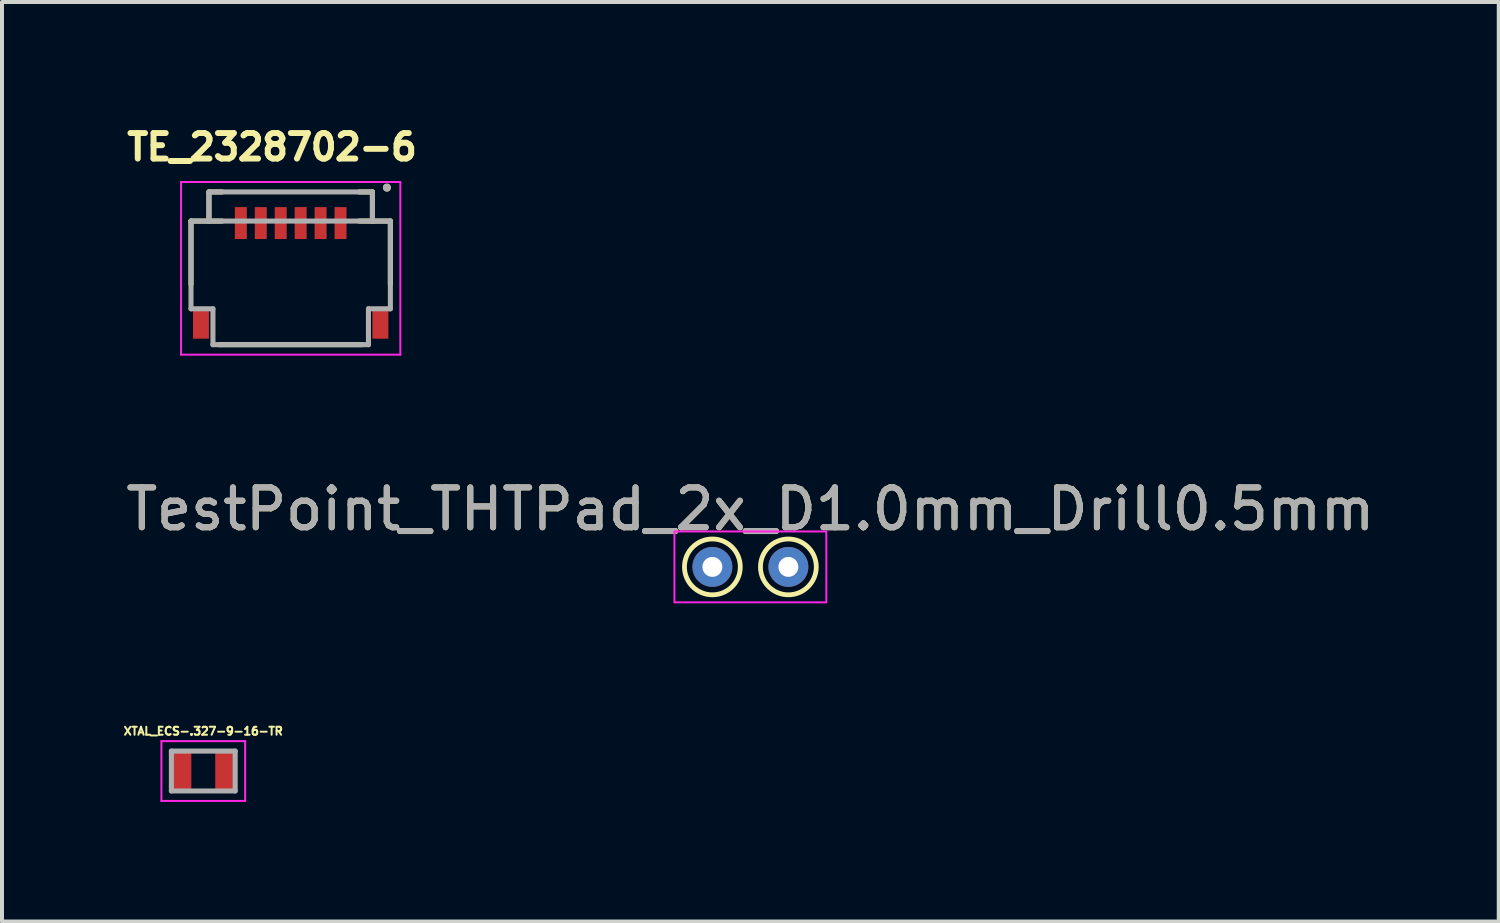
<source format=kicad_pcb>
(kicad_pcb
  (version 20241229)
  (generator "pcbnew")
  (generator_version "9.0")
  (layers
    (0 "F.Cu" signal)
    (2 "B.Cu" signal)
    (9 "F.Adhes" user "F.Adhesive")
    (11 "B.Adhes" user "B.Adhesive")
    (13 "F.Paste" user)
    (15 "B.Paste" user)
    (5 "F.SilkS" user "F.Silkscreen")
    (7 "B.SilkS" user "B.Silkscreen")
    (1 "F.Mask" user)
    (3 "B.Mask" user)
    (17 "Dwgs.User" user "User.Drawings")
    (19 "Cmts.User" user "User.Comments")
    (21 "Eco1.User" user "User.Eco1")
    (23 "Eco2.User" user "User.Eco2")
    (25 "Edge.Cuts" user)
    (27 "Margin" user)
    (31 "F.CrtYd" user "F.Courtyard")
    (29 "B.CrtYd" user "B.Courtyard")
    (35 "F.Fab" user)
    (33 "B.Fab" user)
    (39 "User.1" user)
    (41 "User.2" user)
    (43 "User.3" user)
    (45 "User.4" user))
  (footprint "XTAL_ECS-.327-9-16-TR"
    (layer "F.Cu")
    (at 2.048 16.286)
    (property "Reference" "XTAL_ECS-.327-9-16-TR" (at 0 -1 0) (layer "F.SilkS") (effects (font (size 0.2 0.2) (thickness 0.05))))
    (attr through_hole)
    (fp_line (start -1.05 -0.75) (end -1.05 0.75) (stroke (width 0.05) (type solid)) (layer "F.CrtYd"))
    (fp_line (start -1.05 0.75) (end 1.05 0.75) (stroke (width 0.05) (type solid)) (layer "F.CrtYd"))
    (fp_line (start 1.05 -0.75) (end -1.05 -0.75) (stroke (width 0.05) (type solid)) (layer "F.CrtYd"))
    (fp_line (start 1.05 0.75) (end 1.05 -0.75) (stroke (width 0.05) (type solid)) (layer "F.CrtYd"))
    (fp_line (start -0.8 -0.5) (end -0.8 0.5) (stroke (width 0.127) (type solid)) (layer "F.Fab"))
    (fp_line (start -0.8 0.5) (end 0.8 0.5) (stroke (width 0.127) (type solid)) (layer "F.Fab"))
    (fp_line (start 0.8 -0.5) (end -0.8 -0.5) (stroke (width 0.127) (type solid)) (layer "F.Fab"))
    (fp_line (start 0.8 0.5) (end 0.8 -0.5) (stroke (width 0.127) (type solid)) (layer "F.Fab"))
    (pad "1" smd rect (at -0.55 0) (size 0.5 1) (layers "F.Cu" "F.Mask" "F.Paste"))
    (pad "2" smd rect (at 0.55 0) (size 0.5 1) (layers "F.Cu" "F.Mask" "F.Paste")))
  (footprint "TE_2328702-6"
    (layer "F.Cu")
    (at 4.24 2.544)
    (property "Reference" "TE_2328702-6" (at -0.468 -1.906 0) (layer "F.SilkS") (effects (font (size 0.64 0.64) (thickness 0.15))))
    (attr through_hole)
    (fp_line (start -2.5 -0.05) (end -2.5 1.53) (stroke (width 0.127) (type solid)) (layer "F.SilkS"))
    (fp_line (start -2.05 -0.78) (end -1.72 -0.78) (stroke (width 0.127) (type solid)) (layer "F.SilkS"))
    (fp_line (start -2.05 -0.05) (end -2.5 -0.05) (stroke (width 0.127) (type solid)) (layer "F.SilkS"))
    (fp_line (start -2.05 -0.05) (end -2.05 -0.78) (stroke (width 0.127) (type solid)) (layer "F.SilkS"))
    (fp_line (start -1.8 3.05) (end 1.8 3.05) (stroke (width 0.127) (type solid)) (layer "F.SilkS"))
    (fp_line (start -1.72 -0.05) (end -2.05 -0.05) (stroke (width 0.127) (type solid)) (layer "F.SilkS"))
    (fp_line (start 1.72 -0.05) (end 2.05 -0.05) (stroke (width 0.127) (type solid)) (layer "F.SilkS"))
    (fp_line (start 2.05 -0.78) (end 1.72 -0.78) (stroke (width 0.127) (type solid)) (layer "F.SilkS"))
    (fp_line (start 2.05 -0.05) (end 2.05 -0.78) (stroke (width 0.127) (type solid)) (layer "F.SilkS"))
    (fp_line (start 2.05 -0.05) (end 2.5 -0.05) (stroke (width 0.127) (type solid)) (layer "F.SilkS"))
    (fp_line (start 2.5 -0.05) (end 2.5 1.53) (stroke (width 0.127) (type solid)) (layer "F.SilkS"))
    (fp_circle (center 2.413 -0.889) (end 2.463 -0.889) (stroke (width 0.1) (type solid)) (fill no) (layer "F.SilkS"))
    (fp_line (start -2.75 -1.03) (end 2.75 -1.03) (stroke (width 0.05) (type solid)) (layer "F.CrtYd"))
    (fp_line (start -2.75 3.3) (end -2.75 -1.03) (stroke (width 0.05) (type solid)) (layer "F.CrtYd"))
    (fp_line (start 2.75 -1.03) (end 2.75 3.3) (stroke (width 0.05) (type solid)) (layer "F.CrtYd"))
    (fp_line (start 2.75 3.3) (end -2.75 3.3) (stroke (width 0.05) (type solid)) (layer "F.CrtYd"))
    (fp_line (start -2.5 -0.05) (end -2.05 -0.05) (stroke (width 0.127) (type solid)) (layer "F.Fab"))
    (fp_line (start -2.5 2.15) (end -2.5 -0.05) (stroke (width 0.127) (type solid)) (layer "F.Fab"))
    (fp_line (start -2.05 -0.78) (end 2.05 -0.78) (stroke (width 0.127) (type solid)) (layer "F.Fab"))
    (fp_line (start -2.05 -0.05) (end -2.05 -0.78) (stroke (width 0.127) (type solid)) (layer "F.Fab"))
    (fp_line (start -2.05 -0.05) (end 2.05 -0.05) (stroke (width 0.127) (type solid)) (layer "F.Fab"))
    (fp_line (start -1.95 2.15) (end -2.5 2.15) (stroke (width 0.127) (type solid)) (layer "F.Fab"))
    (fp_line (start -1.95 3.05) (end -1.95 2.15) (stroke (width 0.127) (type solid)) (layer "F.Fab"))
    (fp_line (start 1.95 2.15) (end 1.95 3.05) (stroke (width 0.127) (type solid)) (layer "F.Fab"))
    (fp_line (start 1.95 3.05) (end -1.95 3.05) (stroke (width 0.127) (type solid)) (layer "F.Fab"))
    (fp_line (start 2.05 -0.78) (end 2.05 -0.05) (stroke (width 0.127) (type solid)) (layer "F.Fab"))
    (fp_line (start 2.05 -0.05) (end 2.5 -0.05) (stroke (width 0.127) (type solid)) (layer "F.Fab"))
    (fp_line (start 2.5 -0.05) (end 2.5 2.15) (stroke (width 0.127) (type solid)) (layer "F.Fab"))
    (fp_line (start 2.5 2.15) (end 1.95 2.15) (stroke (width 0.127) (type solid)) (layer "F.Fab"))
    (fp_circle (center 2.413 -0.889) (end 2.463 -0.889) (stroke (width 0.1) (type solid)) (fill no) (layer "F.Fab"))
    (pad "1" smd rect (at 1.25 0 180) (size 0.3 0.8) (layers "F.Cu" "F.Mask" "F.Paste"))
    (pad "2" smd rect (at 0.75 0 180) (size 0.3 0.8) (layers "F.Cu" "F.Mask" "F.Paste"))
    (pad "3" smd rect (at 0.25 0 180) (size 0.3 0.8) (layers "F.Cu" "F.Mask" "F.Paste"))
    (pad "4" smd rect (at -0.25 0 180) (size 0.3 0.8) (layers "F.Cu" "F.Mask" "F.Paste"))
    (pad "5" smd rect (at -0.75 0 180) (size 0.3 0.8) (layers "F.Cu" "F.Mask" "F.Paste"))
    (pad "6" smd rect (at -1.25 0 180) (size 0.3 0.8) (layers "F.Cu" "F.Mask" "F.Paste"))
    (pad "S1" smd rect (at 2.25 2.5) (size 0.4 0.8) (layers "F.Cu" "F.Mask" "F.Paste"))
    (pad "S2" smd rect (at -2.25 2.5) (size 0.4 0.8) (layers "F.Cu" "F.Mask" "F.Paste")))
  (footprint "TestPoint_THTPad_2x_D1.0mm_Drill0.5mm"
    (layer "F.Cu")
    (at 15.768 11.167)
    (property "Reference" "TestPoint_THTPad_2x_D1.0mm_Drill0.5mm" (at 0 -1.448 0) (layer "F.SilkS") (effects (font (size 1 1) (thickness 0.15))))
    (attr exclude_from_pos_files exclude_from_bom)
    (fp_circle (center -0.953 0) (end -0.953 0.7) (stroke (width 0.12) (type solid)) (fill no) (layer "F.SilkS"))
    (fp_circle (center 0.953 0) (end 0.953 0.7) (stroke (width 0.12) (type solid)) (fill no) (layer "F.SilkS"))
    (fp_rect (start 1.905 0.889) (end -1.905 -0.889) (stroke (width 0.05) (type solid)) (fill no) (layer "F.CrtYd"))
    (fp_text user "${REFERENCE}" (at 0 -1.45 0) (layer "F.Fab") (effects (font (size 1 1) (thickness 0.15))))
    (pad "1" thru_hole circle (at -0.953 0) (size 1 1) (drill 0.5) (layers "*.Cu" "*.Mask"))
    (pad "2" thru_hole circle (at 0.953 0) (size 1 1) (drill 0.5) (layers "*.Cu" "*.Mask")))
  (gr_rect
    (start -3 -3)
    (end 34.536 20.061)
    (stroke (width 0.1) (type default))
    (fill no)
    (layer "Edge.Cuts")))
</source>
